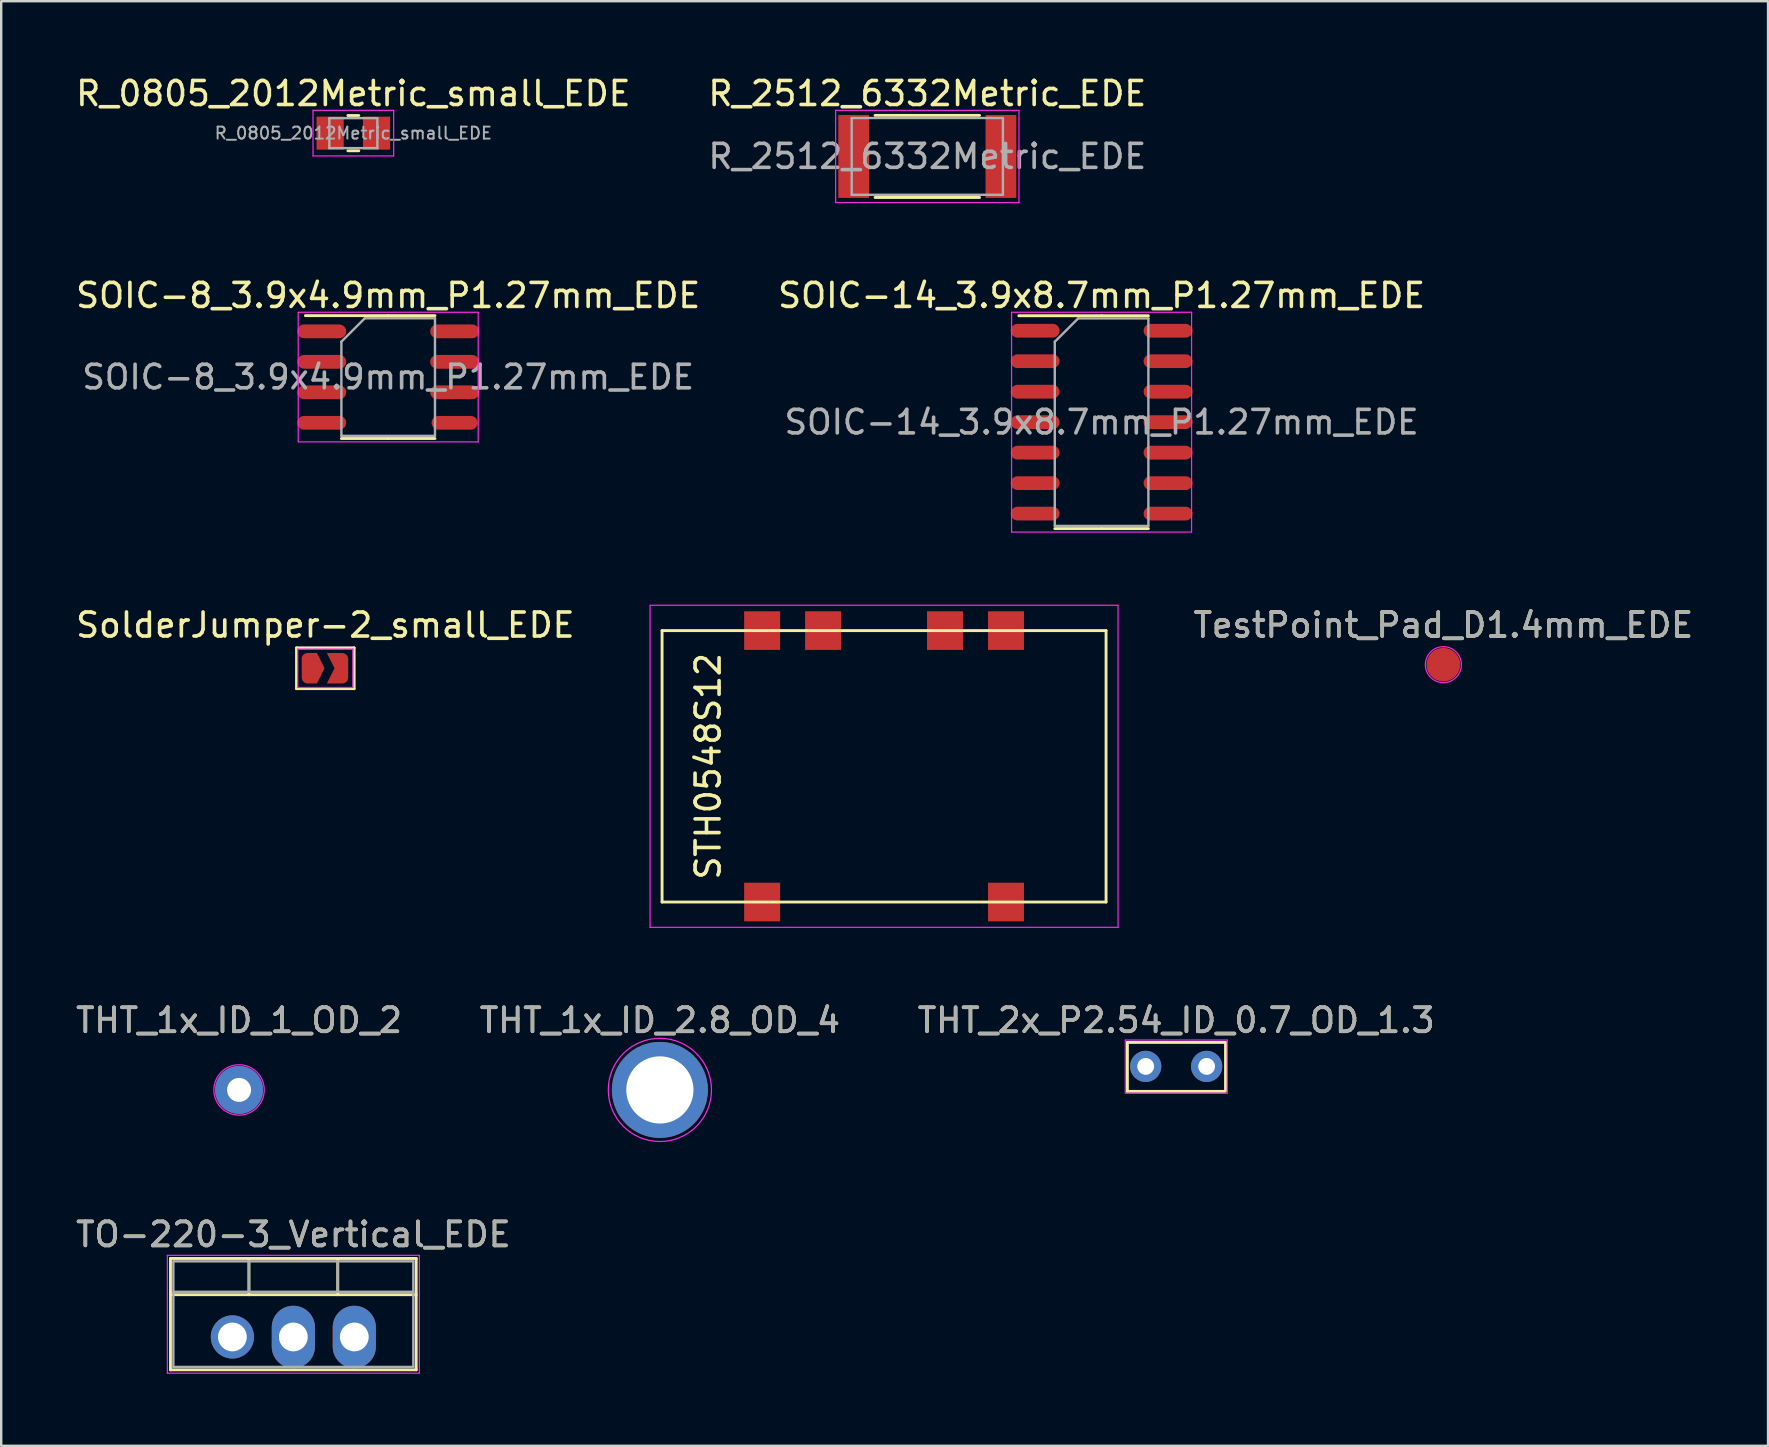
<source format=kicad_pcb>
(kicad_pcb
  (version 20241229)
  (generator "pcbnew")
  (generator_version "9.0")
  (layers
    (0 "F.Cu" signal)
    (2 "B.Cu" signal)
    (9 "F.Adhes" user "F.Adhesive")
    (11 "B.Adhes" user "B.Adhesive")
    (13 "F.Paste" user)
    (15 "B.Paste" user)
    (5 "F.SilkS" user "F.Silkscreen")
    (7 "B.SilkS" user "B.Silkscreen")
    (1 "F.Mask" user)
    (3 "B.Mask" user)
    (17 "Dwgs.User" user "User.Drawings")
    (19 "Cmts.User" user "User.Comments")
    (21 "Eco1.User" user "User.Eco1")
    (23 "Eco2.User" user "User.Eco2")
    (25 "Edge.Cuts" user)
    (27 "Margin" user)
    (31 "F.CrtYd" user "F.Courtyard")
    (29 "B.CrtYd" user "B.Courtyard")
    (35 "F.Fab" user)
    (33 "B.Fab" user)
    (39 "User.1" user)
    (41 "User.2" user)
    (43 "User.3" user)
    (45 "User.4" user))
  (footprint "R_2512_6332Metric_EDE"
    (layer "F.Cu")
    (at 35.589 3.468)
    (property "Reference" "R_2512_6332Metric_EDE" (at 0 -2.62 0) (layer "F.SilkS") (effects (font (size 1 1) (thickness 0.15))))
    (attr smd)
    (fp_line (start -2.177 -1.71) (end 2.177 -1.71) (stroke (width 0.12) (type solid)) (layer "F.SilkS"))
    (fp_line (start -2.177 1.71) (end 2.177 1.71) (stroke (width 0.12) (type solid)) (layer "F.SilkS"))
    (fp_line (start -3.82 -1.92) (end 3.82 -1.92) (stroke (width 0.05) (type solid)) (layer "F.CrtYd"))
    (fp_line (start -3.82 1.92) (end -3.82 -1.92) (stroke (width 0.05) (type solid)) (layer "F.CrtYd"))
    (fp_line (start 3.82 -1.92) (end 3.82 1.92) (stroke (width 0.05) (type solid)) (layer "F.CrtYd"))
    (fp_line (start 3.82 1.92) (end -3.82 1.92) (stroke (width 0.05) (type solid)) (layer "F.CrtYd"))
    (fp_line (start -3.15 -1.6) (end 3.15 -1.6) (stroke (width 0.1) (type solid)) (layer "F.Fab"))
    (fp_line (start -3.15 1.6) (end -3.15 -1.6) (stroke (width 0.1) (type solid)) (layer "F.Fab"))
    (fp_line (start 3.15 -1.6) (end 3.15 1.6) (stroke (width 0.1) (type solid)) (layer "F.Fab"))
    (fp_line (start 3.15 1.6) (end -3.15 1.6) (stroke (width 0.1) (type solid)) (layer "F.Fab"))
    (fp_text user "${REFERENCE}" (at 0 0 0) (layer "F.Fab") (effects (font (size 1 1) (thickness 0.15))))
    (pad "1" smd rect (at -3.067 0) (size 1.283 3.456) (layers "F.Cu" "F.Mask" "F.Paste"))
    (pad "2" smd rect (at 3.067 0) (size 1.283 3.456) (layers "F.Cu" "F.Mask" "F.Paste")))
  (footprint "SOIC-14_3.9x8.7mm_P1.27mm_EDE"
    (layer "F.Cu")
    (at 42.851 14.541)
    (property "Reference" "SOIC-14_3.9x8.7mm_P1.27mm_EDE" (at 0 -5.28 0) (layer "F.SilkS") (effects (font (size 1 1) (thickness 0.15))))
    (attr smd)
    (fp_line (start 0 -4.435) (end -3.45 -4.435) (stroke (width 0.12) (type solid)) (layer "F.SilkS"))
    (fp_line (start 0 -4.435) (end 1.95 -4.435) (stroke (width 0.12) (type solid)) (layer "F.SilkS"))
    (fp_line (start 0 4.435) (end -1.95 4.435) (stroke (width 0.12) (type solid)) (layer "F.SilkS"))
    (fp_line (start 0 4.435) (end 1.95 4.435) (stroke (width 0.12) (type solid)) (layer "F.SilkS"))
    (fp_line (start -3.75 -4.58) (end -3.75 4.58) (stroke (width 0.05) (type solid)) (layer "F.CrtYd"))
    (fp_line (start -3.75 4.58) (end 3.75 4.58) (stroke (width 0.05) (type solid)) (layer "F.CrtYd"))
    (fp_line (start 3.75 -4.58) (end -3.75 -4.58) (stroke (width 0.05) (type solid)) (layer "F.CrtYd"))
    (fp_line (start 3.75 4.58) (end 3.75 -4.58) (stroke (width 0.05) (type solid)) (layer "F.CrtYd"))
    (fp_line (start -1.95 -3.35) (end -0.975 -4.325) (stroke (width 0.1) (type solid)) (layer "F.Fab"))
    (fp_line (start -1.95 4.325) (end -1.95 -3.35) (stroke (width 0.1) (type solid)) (layer "F.Fab"))
    (fp_line (start -0.975 -4.325) (end 1.95 -4.325) (stroke (width 0.1) (type solid)) (layer "F.Fab"))
    (fp_line (start 1.95 -4.325) (end 1.95 4.325) (stroke (width 0.1) (type solid)) (layer "F.Fab"))
    (fp_line (start 1.95 4.325) (end -1.95 4.325) (stroke (width 0.1) (type solid)) (layer "F.Fab"))
    (fp_text user "${REFERENCE}" (at 0 0 0) (layer "F.Fab") (effects (font (size 0.98 0.98) (thickness 0.15))))
    (pad "1" smd oval (at -2.769 -3.81) (size 2.036 0.574) (layers "F.Cu" "F.Mask" "F.Paste"))
    (pad "2" smd oval (at -2.769 -2.54) (size 2.036 0.574) (layers "F.Cu" "F.Mask" "F.Paste"))
    (pad "3" smd oval (at -2.769 -1.27) (size 2.036 0.574) (layers "F.Cu" "F.Mask" "F.Paste"))
    (pad "4" smd oval (at -2.769 0) (size 2.036 0.574) (layers "F.Cu" "F.Mask" "F.Paste"))
    (pad "5" smd oval (at -2.769 1.27) (size 2.036 0.574) (layers "F.Cu" "F.Mask" "F.Paste"))
    (pad "6" smd oval (at -2.769 2.54) (size 2.036 0.574) (layers "F.Cu" "F.Mask" "F.Paste"))
    (pad "7" smd oval (at -2.769 3.81) (size 2.036 0.574) (layers "F.Cu" "F.Mask" "F.Paste"))
    (pad "8" smd oval (at 2.769 3.81) (size 2.036 0.574) (layers "F.Cu" "F.Mask" "F.Paste"))
    (pad "9" smd oval (at 2.769 2.54) (size 2.036 0.574) (layers "F.Cu" "F.Mask" "F.Paste"))
    (pad "10" smd oval (at 2.769 1.27) (size 2.036 0.574) (layers "F.Cu" "F.Mask" "F.Paste"))
    (pad "11" smd oval (at 2.769 0) (size 2.036 0.574) (layers "F.Cu" "F.Mask" "F.Paste"))
    (pad "12" smd oval (at 2.769 -1.27) (size 2.036 0.574) (layers "F.Cu" "F.Mask" "F.Paste"))
    (pad "13" smd oval (at 2.769 -2.54) (size 2.036 0.574) (layers "F.Cu" "F.Mask" "F.Paste"))
    (pad "14" smd oval (at 2.769 -3.81) (size 2.036 0.574) (layers "F.Cu" "F.Mask" "F.Paste")))
  (footprint "TestPoint_Pad_D1.4mm_EDE"
    (layer "F.Cu")
    (at 57.092 24.645)
    (property "Reference" "TestPoint_Pad_D1.4mm_EDE" (at 0 -1.648 0) (layer "F.SilkS") (effects (font (size 1 1) (thickness 0.15))))
    (attr exclude_from_pos_files exclude_from_bom)
    (fp_circle (center 0 0) (end 0.75 0) (stroke (width 0.05) (type solid)) (fill no) (layer "F.CrtYd"))
    (fp_text user "${REFERENCE}" (at 0 -1.65 0) (layer "F.Fab") (effects (font (size 1 1) (thickness 0.15))))
    (pad "1" smd circle (at 0 0) (size 1.4 1.4) (layers "F.Cu" "F.Mask")))
  (footprint "SOIC-8_3.9x4.9mm_P1.27mm_EDE"
    (layer "F.Cu")
    (at 13.125 12.662)
    (property "Reference" "SOIC-8_3.9x4.9mm_P1.27mm_EDE" (at 0 -3.4 0) (layer "F.SilkS") (effects (font (size 1 1) (thickness 0.15))))
    (attr smd)
    (fp_line (start 0 -2.56) (end -3.45 -2.56) (stroke (width 0.12) (type solid)) (layer "F.SilkS"))
    (fp_line (start 0 -2.56) (end 1.95 -2.56) (stroke (width 0.12) (type solid)) (layer "F.SilkS"))
    (fp_line (start 0 2.56) (end -1.95 2.56) (stroke (width 0.12) (type solid)) (layer "F.SilkS"))
    (fp_line (start 0 2.56) (end 1.95 2.56) (stroke (width 0.12) (type solid)) (layer "F.SilkS"))
    (fp_line (start -3.75 -2.7) (end -3.75 2.7) (stroke (width 0.05) (type solid)) (layer "F.CrtYd"))
    (fp_line (start -3.75 2.7) (end 3.75 2.7) (stroke (width 0.05) (type solid)) (layer "F.CrtYd"))
    (fp_line (start 3.75 -2.7) (end -3.75 -2.7) (stroke (width 0.05) (type solid)) (layer "F.CrtYd"))
    (fp_line (start 3.75 2.7) (end 3.75 -2.7) (stroke (width 0.05) (type solid)) (layer "F.CrtYd"))
    (fp_line (start -1.95 -1.475) (end -0.975 -2.45) (stroke (width 0.1) (type solid)) (layer "F.Fab"))
    (fp_line (start -1.95 2.45) (end -1.95 -1.475) (stroke (width 0.1) (type solid)) (layer "F.Fab"))
    (fp_line (start -0.975 -2.45) (end 1.95 -2.45) (stroke (width 0.1) (type solid)) (layer "F.Fab"))
    (fp_line (start 1.95 -2.45) (end 1.95 2.45) (stroke (width 0.1) (type solid)) (layer "F.Fab"))
    (fp_line (start 1.95 2.45) (end -1.95 2.45) (stroke (width 0.1) (type solid)) (layer "F.Fab"))
    (fp_text user "${REFERENCE}" (at 0 0 0) (layer "F.Fab") (effects (font (size 0.98 0.98) (thickness 0.15))))
    (pad "1" smd oval (at -2.768 -1.905) (size 2.036 0.574) (layers "F.Cu" "F.Mask" "F.Paste"))
    (pad "2" smd oval (at -2.768 -0.635) (size 2.036 0.574) (layers "F.Cu" "F.Mask" "F.Paste"))
    (pad "3" smd oval (at -2.768 0.635) (size 2.036 0.574) (layers "F.Cu" "F.Mask" "F.Paste"))
    (pad "4" smd oval (at -2.768 1.905) (size 2.036 0.574) (layers "F.Cu" "F.Mask" "F.Paste"))
    (pad "5" smd oval (at 2.768 1.905) (size 1.92 0.574) (layers "F.Cu" "F.Mask" "F.Paste"))
    (pad "6" smd oval (at 2.768 0.635) (size 2.036 0.574) (layers "F.Cu" "F.Mask" "F.Paste"))
    (pad "7" smd oval (at 2.768 -0.635) (size 2.036 0.574) (layers "F.Cu" "F.Mask" "F.Paste"))
    (pad "8" smd oval (at 2.768 -1.905) (size 2.036 0.574) (layers "F.Cu" "F.Mask" "F.Paste")))
  (footprint "R_0805_2012Metric_small_EDE"
    (layer "F.Cu")
    (at 11.673 2.498)
    (property "Reference" "R_0805_2012Metric_small_EDE" (at 0 -1.65 0) (layer "F.SilkS") (effects (font (size 1 1) (thickness 0.15))))
    (attr smd)
    (fp_line (start -0.227 -0.735) (end 0.227 -0.735) (stroke (width 0.12) (type solid)) (layer "F.SilkS"))
    (fp_line (start -0.227 0.735) (end 0.227 0.735) (stroke (width 0.12) (type solid)) (layer "F.SilkS"))
    (fp_line (start -1.68 -0.95) (end 1.68 -0.95) (stroke (width 0.05) (type solid)) (layer "F.CrtYd"))
    (fp_line (start -1.68 0.95) (end -1.68 -0.95) (stroke (width 0.05) (type solid)) (layer "F.CrtYd"))
    (fp_line (start 1.68 -0.95) (end 1.68 0.95) (stroke (width 0.05) (type solid)) (layer "F.CrtYd"))
    (fp_line (start 1.68 0.95) (end -1.68 0.95) (stroke (width 0.05) (type solid)) (layer "F.CrtYd"))
    (fp_line (start -1 -0.625) (end 1 -0.625) (stroke (width 0.1) (type solid)) (layer "F.Fab"))
    (fp_line (start -1 0.625) (end -1 -0.625) (stroke (width 0.1) (type solid)) (layer "F.Fab"))
    (fp_line (start 1 -0.625) (end 1 0.625) (stroke (width 0.1) (type solid)) (layer "F.Fab"))
    (fp_line (start 1 0.625) (end -1 0.625) (stroke (width 0.1) (type solid)) (layer "F.Fab"))
    (fp_text user "${REFERENCE}" (at 0 0 0) (layer "F.Fab") (effects (font (size 0.5 0.5) (thickness 0.08))))
    (pad "1" smd rect (at -0.967 0) (size 1.133 1.377) (layers "F.Cu" "F.Mask" "F.Paste"))
    (pad "2" smd rect (at 0.967 0) (size 1.133 1.377) (layers "F.Cu" "F.Mask" "F.Paste")))
  (footprint "SolderJumper-2_small_EDE"
    (layer "F.Cu")
    (at 10.506 24.795)
    (property "Reference" "SolderJumper-2_small_EDE" (at 0 -1.8 0) (layer "F.SilkS") (effects (font (size 1 1) (thickness 0.15))))
    (attr exclude_from_pos_files exclude_from_bom)
    (fp_line (start -1.2 -0.85) (end 1.2 -0.85) (stroke (width 0.12) (type solid)) (layer "F.SilkS"))
    (fp_line (start -1.2 0.85) (end -1.2 -0.85) (stroke (width 0.12) (type solid)) (layer "F.SilkS"))
    (fp_line (start 1.2 -0.85) (end 1.2 0.85) (stroke (width 0.12) (type solid)) (layer "F.SilkS"))
    (fp_line (start 1.2 0.85) (end -1.2 0.85) (stroke (width 0.12) (type solid)) (layer "F.SilkS"))
    (fp_line (start -1.15 -0.8) (end -1.15 0.8) (stroke (width 0.05) (type solid)) (layer "F.CrtYd"))
    (fp_line (start -1.15 -0.8) (end 1.15 -0.8) (stroke (width 0.05) (type solid)) (layer "F.CrtYd"))
    (fp_line (start 1.15 0.8) (end -1.15 0.8) (stroke (width 0.05) (type solid)) (layer "F.CrtYd"))
    (fp_line (start 1.15 0.8) (end 1.15 -0.8) (stroke (width 0.05) (type solid)) (layer "F.CrtYd"))
    (pad "1" smd custom (at -0.508 0) (size 0.3 0.3) (layers "F.Cu" "F.Mask") (options (anchor rect)) (primitives (gr_poly (pts (xy 0.476 0) (xy 0.159 0.635) (xy -0.222 0.635) (xy -0.246 0.634) (xy -0.269 0.631) (xy -0.292 0.625) (xy -0.314 0.618) (xy -0.335 0.608) (xy -0.356 0.597) (xy -0.375 0.584) (xy -0.393 0.569) (xy -0.41 0.552) (xy -0.425 0.534) (xy -0.438 0.515) (xy -0.45 0.494) (xy -0.459 0.473) (xy -0.467 0.45) (xy -0.472 0.428) (xy -0.475 0.404) (xy -0.476 0.381) (xy -0.476 -0.445) (xy -0.47 -0.466) (xy -0.461 -0.488) (xy -0.45 -0.508) (xy -0.438 -0.527) (xy -0.424 -0.545) (xy -0.409 -0.562) (xy -0.392 -0.577) (xy -0.373 -0.591) (xy -0.354 -0.603) (xy -0.334 -0.613) (xy -0.312 -0.622) (xy -0.29 -0.628) (xy -0.268 -0.632) (xy -0.245 -0.635) (xy 0.159 -0.635)) (width 0) (fill yes))))
    (pad "2" smd custom (at 0.508 0) (size 0.25 0.3) (layers "F.Cu" "F.Mask") (options (anchor rect)) (primitives (gr_poly (pts (xy -0.445 0.635) (xy 0.191 0.635) (xy 0.214 0.634) (xy 0.237 0.631) (xy 0.26 0.625) (xy 0.282 0.618) (xy 0.304 0.608) (xy 0.324 0.597) (xy 0.344 0.584) (xy 0.362 0.569) (xy 0.378 0.552) (xy 0.393 0.534) (xy 0.406 0.515) (xy 0.418 0.494) (xy 0.427 0.473) (xy 0.435 0.45) (xy 0.44 0.428) (xy 0.443 0.404) (xy 0.445 0.381) (xy 0.445 -0.381) (xy 0.443 -0.405) (xy 0.44 -0.428) (xy 0.435 -0.451) (xy 0.427 -0.473) (xy 0.418 -0.494) (xy 0.406 -0.515) (xy 0.393 -0.534) (xy 0.378 -0.552) (xy 0.362 -0.569) (xy 0.344 -0.584) (xy 0.324 -0.597) (xy 0.304 -0.608) (xy 0.282 -0.618) (xy 0.26 -0.625) (xy 0.237 -0.631) (xy 0.214 -0.634) (xy 0.191 -0.635) (xy -0.445 -0.635) (xy -0.127 0)) (width 0) (fill yes)))))
  (footprint "THT_1x_ID_1_OD_2"
    (layer "F.Cu")
    (at 6.911 42.365)
    (property "Reference" "THT_1x_ID_1_OD_2" (at 0 -2.898 0) (layer "F.SilkS") (effects (font (size 1 1) (thickness 0.15))))
    (attr exclude_from_pos_files exclude_from_bom)
    (fp_circle (center 0 0) (end 1.05 0) (stroke (width 0.05) (type solid)) (fill no) (layer "F.CrtYd"))
    (fp_text user "${REFERENCE}" (at 0 -2.9 0) (layer "F.Fab") (effects (font (size 1 1) (thickness 0.15))))
    (pad "1" thru_hole circle (at 0 0) (size 2 2) (drill 1) (layers "*.Cu" "*.Mask")))
  (footprint "STH0548S12"
    (layer "F.Cu")
    (at 33.787 28.881)
    (property "Reference" "STH0548S12" (at -7.33 0 90) (layer "F.SilkS") (effects (font (size 1 1) (thickness 0.15))))
    (attr smd)
    (fp_line (start -9.25 -5.655) (end 9.25 -5.655) (stroke (width 0.12) (type solid)) (layer "F.SilkS"))
    (fp_line (start -9.25 5.655) (end -9.25 -5.655) (stroke (width 0.12) (type solid)) (layer "F.SilkS"))
    (fp_line (start 9.25 -5.655) (end 9.25 5.655) (stroke (width 0.12) (type solid)) (layer "F.SilkS"))
    (fp_line (start 9.25 5.655) (end -9.25 5.655) (stroke (width 0.12) (type solid)) (layer "F.SilkS"))
    (fp_line (start -9.75 -6.71) (end 9.75 -6.71) (stroke (width 0.05) (type solid)) (layer "F.CrtYd"))
    (fp_line (start -9.75 6.71) (end -9.75 -6.71) (stroke (width 0.05) (type solid)) (layer "F.CrtYd"))
    (fp_line (start 9.75 -6.71) (end 9.75 6.71) (stroke (width 0.05) (type solid)) (layer "F.CrtYd"))
    (fp_line (start 9.75 6.71) (end -9.75 6.71) (stroke (width 0.05) (type solid)) (layer "F.CrtYd"))
    (pad "1" smd rect (at -5.08 5.655) (size 1.5 1.61) (layers "F.Cu" "F.Mask" "F.Paste"))
    (pad "5" smd rect (at 5.08 5.655) (size 1.5 1.61) (layers "F.Cu" "F.Mask" "F.Paste"))
    (pad "6" smd rect (at 5.08 -5.655) (size 1.5 1.61) (layers "F.Cu" "F.Mask" "F.Paste"))
    (pad "7" smd rect (at 2.54 -5.655) (size 1.5 1.61) (layers "F.Cu" "F.Mask" "F.Paste"))
    (pad "9" smd rect (at -2.54 -5.655) (size 1.5 1.61) (layers "F.Cu" "F.Mask" "F.Paste"))
    (pad "10" smd rect (at -5.08 -5.655) (size 1.5 1.61) (layers "F.Cu" "F.Mask" "F.Paste")))
  (footprint "TO-220-3_Vertical_EDE"
    (layer "F.Cu")
    (at 6.633 52.658)
    (property "Reference" "TO-220-3_Vertical_EDE" (at 2.54 -4.27 0) (layer "F.SilkS") (effects (font (size 1 1) (thickness 0.15))))
    (attr through_hole)
    (fp_line (start -2.58 -3.27) (end -2.58 1.371) (stroke (width 0.12) (type solid)) (layer "F.SilkS"))
    (fp_line (start -2.58 -3.27) (end 7.66 -3.27) (stroke (width 0.12) (type solid)) (layer "F.SilkS"))
    (fp_line (start -2.58 -1.76) (end 7.66 -1.76) (stroke (width 0.12) (type solid)) (layer "F.SilkS"))
    (fp_line (start -2.58 1.371) (end 7.66 1.371) (stroke (width 0.12) (type solid)) (layer "F.SilkS"))
    (fp_line (start 0.69 -3.27) (end 0.69 -1.76) (stroke (width 0.12) (type solid)) (layer "F.SilkS"))
    (fp_line (start 4.391 -3.27) (end 4.391 -1.76) (stroke (width 0.12) (type solid)) (layer "F.SilkS"))
    (fp_line (start 7.66 -3.27) (end 7.66 1.371) (stroke (width 0.12) (type solid)) (layer "F.SilkS"))
    (fp_line (start -2.71 -3.4) (end -2.71 1.51) (stroke (width 0.05) (type solid)) (layer "F.CrtYd"))
    (fp_line (start -2.71 1.51) (end 7.79 1.51) (stroke (width 0.05) (type solid)) (layer "F.CrtYd"))
    (fp_line (start 7.79 -3.4) (end -2.71 -3.4) (stroke (width 0.05) (type solid)) (layer "F.CrtYd"))
    (fp_line (start 7.79 1.51) (end 7.79 -3.4) (stroke (width 0.05) (type solid)) (layer "F.CrtYd"))
    (fp_line (start -2.46 -3.15) (end -2.46 1.25) (stroke (width 0.1) (type solid)) (layer "F.Fab"))
    (fp_line (start -2.46 -1.88) (end 7.54 -1.88) (stroke (width 0.1) (type solid)) (layer "F.Fab"))
    (fp_line (start -2.46 1.25) (end 7.54 1.25) (stroke (width 0.1) (type solid)) (layer "F.Fab"))
    (fp_line (start 0.69 -3.15) (end 0.69 -1.88) (stroke (width 0.1) (type solid)) (layer "F.Fab"))
    (fp_line (start 4.39 -3.15) (end 4.39 -1.88) (stroke (width 0.1) (type solid)) (layer "F.Fab"))
    (fp_line (start 7.54 -3.15) (end -2.46 -3.15) (stroke (width 0.1) (type solid)) (layer "F.Fab"))
    (fp_line (start 7.54 1.25) (end 7.54 -3.15) (stroke (width 0.1) (type solid)) (layer "F.Fab"))
    (fp_text user "${REFERENCE}" (at 2.54 -4.27 0) (layer "F.Fab") (effects (font (size 1 1) (thickness 0.15))))
    (pad "1" thru_hole circle (at 0 0) (size 1.8 1.8) (drill 1.2) (layers "*.Cu" "*.Mask"))
    (pad "2" thru_hole oval (at 2.54 0) (size 1.8 2.6) (drill 1.2) (layers "*.Cu" "*.Mask"))
    (pad "3" thru_hole oval (at 5.08 0) (size 1.8 2.6) (drill 1.2) (layers "*.Cu" "*.Mask")))
  (footprint "THT_2x_P2.54_ID_0.7_OD_1.3"
    (layer "F.Cu")
    (at 44.688 41.385)
    (property "Reference" "THT_2x_P2.54_ID_0.7_OD_1.3" (at 1.27 -1.92 0) (layer "F.SilkS") (effects (font (size 1 1) (thickness 0.15))))
    (attr through_hole)
    (fp_line (start -0.762 -1) (end -0.762 1.041) (stroke (width 0.12) (type solid)) (layer "F.SilkS"))
    (fp_line (start -0.762 -1) (end 3.3 -1) (stroke (width 0.12) (type solid)) (layer "F.SilkS"))
    (fp_line (start 3.3 1.041) (end -0.762 1.041) (stroke (width 0.12) (type solid)) (layer "F.SilkS"))
    (fp_line (start 3.327 -1) (end 3.327 1.016) (stroke (width 0.12) (type solid)) (layer "F.SilkS"))
    (fp_line (start -0.85 -1.1) (end -0.85 1.1) (stroke (width 0.05) (type solid)) (layer "F.CrtYd"))
    (fp_line (start -0.85 -1.1) (end 3.4 -1.1) (stroke (width 0.05) (type solid)) (layer "F.CrtYd"))
    (fp_line (start -0.85 1.118) (end 3.4 1.118) (stroke (width 0.05) (type solid)) (layer "F.CrtYd"))
    (fp_line (start 3.4 1.1) (end 3.4 -1.1) (stroke (width 0.05) (type solid)) (layer "F.CrtYd"))
    (fp_text user "${REFERENCE}" (at 1.27 -1.92 0) (layer "F.Fab") (effects (font (size 1 1) (thickness 0.15))))
    (pad "1" thru_hole circle (at 0 0) (size 1.3 1.3) (drill 0.7) (layers "*.Cu" "*.Mask"))
    (pad "2" thru_hole oval (at 2.54 0) (size 1.3 1.3) (drill 0.7) (layers "*.Cu" "*.Mask")))
  (footprint "THT_1x_ID_2.8_OD_4"
    (layer "F.Cu")
    (at 24.446 42.365)
    (property "Reference" "THT_1x_ID_2.8_OD_4" (at 0 -2.898 0) (layer "F.SilkS") (effects (font (size 1 1) (thickness 0.15))))
    (attr exclude_from_pos_files exclude_from_bom)
    (fp_circle (center 0 0) (end 2.15 0) (stroke (width 0.05) (type solid)) (fill no) (layer "F.CrtYd"))
    (fp_text user "${REFERENCE}" (at 0 -2.9 0) (layer "F.Fab") (effects (font (size 1 1) (thickness 0.15))))
    (pad "1" thru_hole circle (at 0 0) (size 4 4) (drill 2.8) (layers "*.Cu" "*.Mask")))
  (gr_rect
    (start -3 -3)
    (end 70.621 57.193)
    (stroke (width 0.1) (type default))
    (fill no)
    (layer "Edge.Cuts")))
</source>
